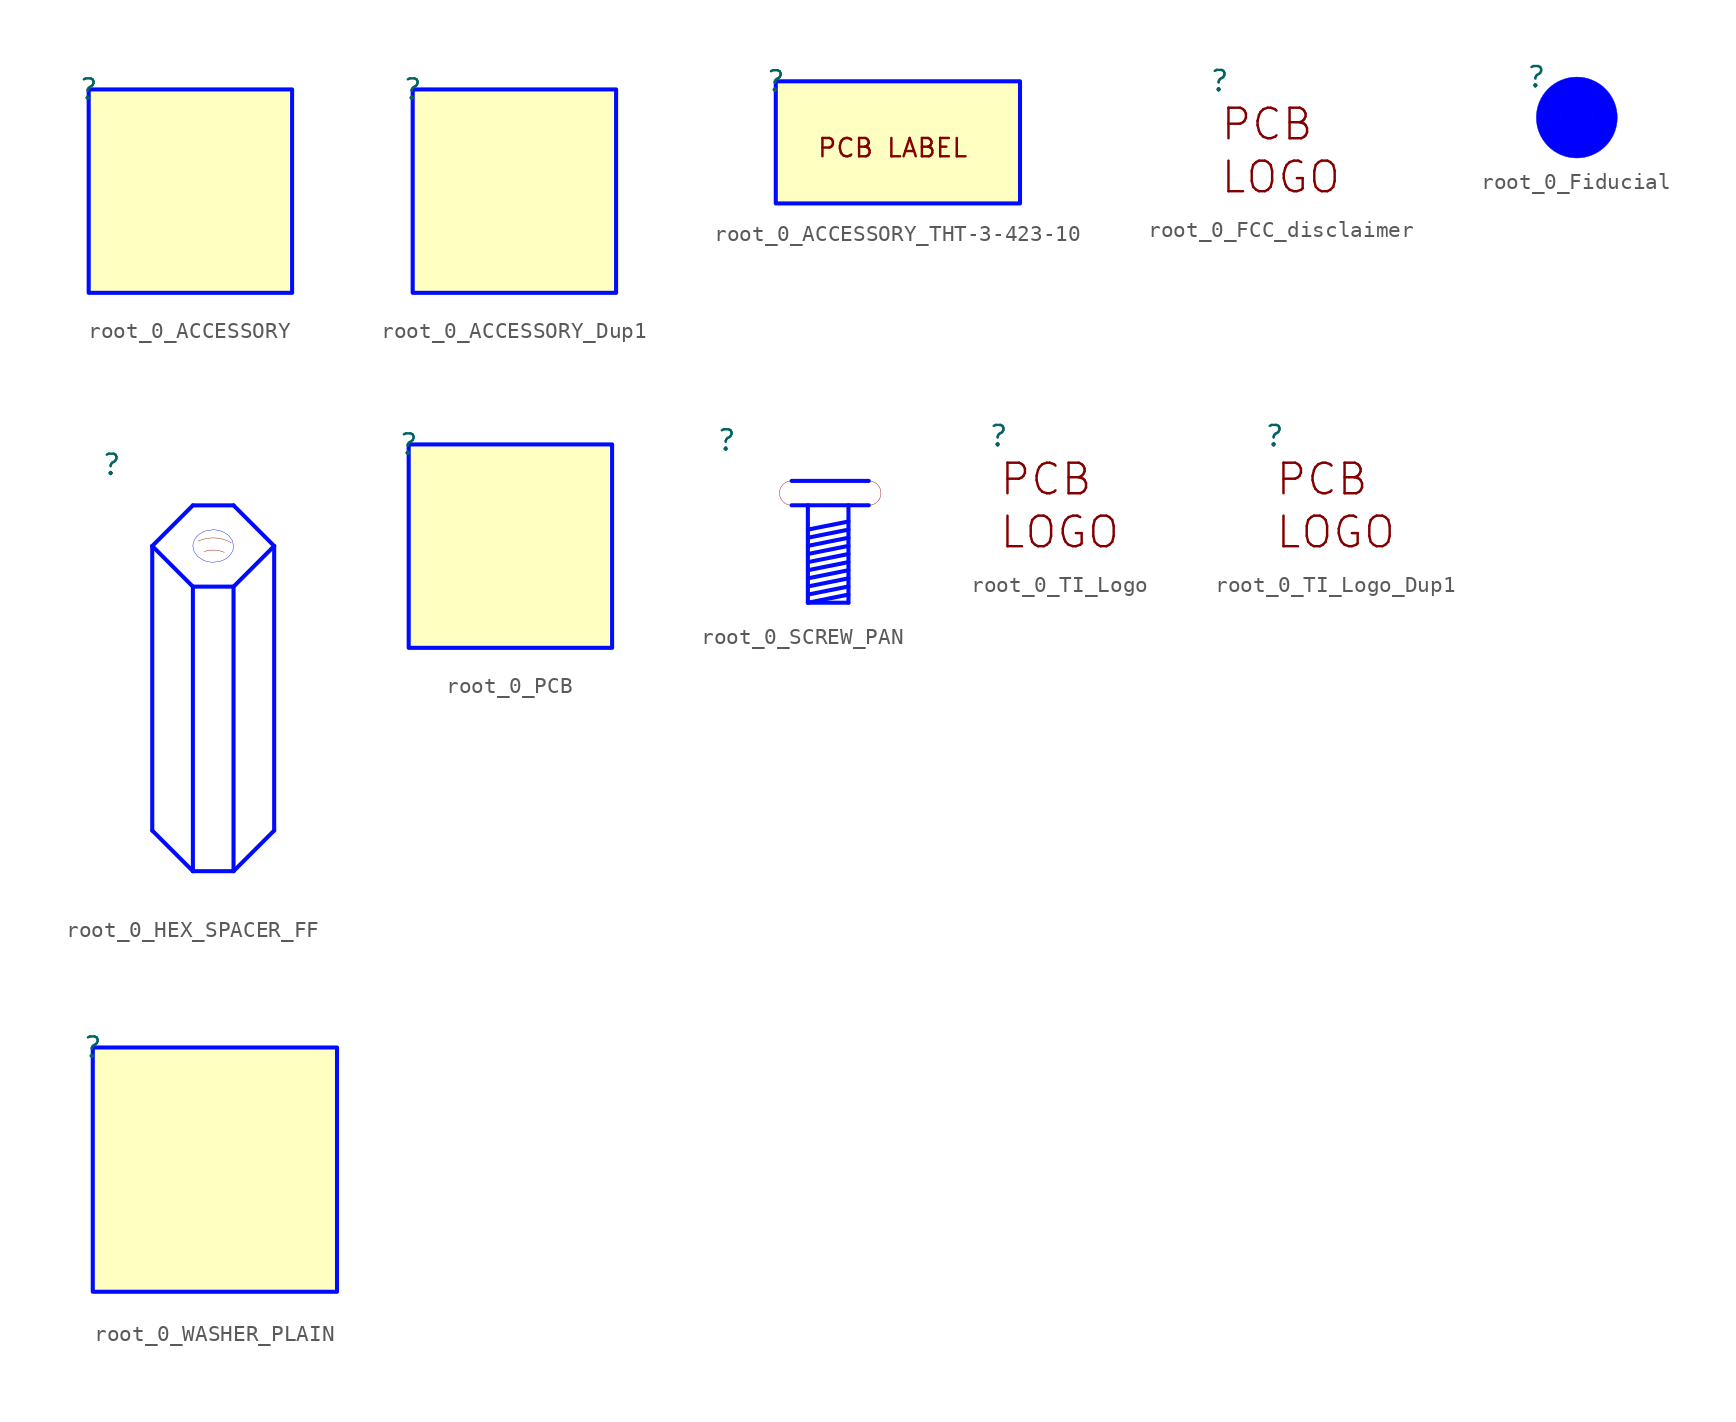
<source format=kicad_sym>
(kicad_symbol_lib
  (version 20231120)
  (generator "kicad_symbol_editor")
  (generator_version "8.0")
  (symbol "root_0_ACCESSORY"
    (property "Reference" ""
      (at 0 0 0)
      (effects (font (size 1.27 1.27))))
    (property "Value" ""
      (at 0 0 0)
      (effects (font (size 1.27 1.27))))
    (symbol "root_0_ACCESSORY_1_0"
      (rectangle (start 12.7 0) (end 0 -12.7) (stroke (width 0.254) (type solid) (color 0 11 255 1)) (fill (type background)))))
  (symbol "root_0_ACCESSORY_Dup1"
    (property "Reference" ""
      (at 0 0 0)
      (effects (font (size 1.27 1.27))))
    (property "Value" ""
      (at 0 0 0)
      (effects (font (size 1.27 1.27))))
    (symbol "root_0_ACCESSORY_Dup1_1_0"
      (rectangle (start 12.7 0) (end 0 -12.7) (stroke (width 0.254) (type solid) (color 0 11 255 1)) (fill (type background)))))
  (symbol "root_0_ACCESSORY_THT-3-423-10"
    (property "Reference" ""
      (at 0 0 0)
      (effects (font (size 1.27 1.27))))
    (property "Value" ""
      (at 0 0 0)
      (effects (font (size 1.27 1.27))))
    (symbol "root_0_ACCESSORY_THT-3-423-10_1_0"
      (rectangle (start 15.24 0) (end 0 -7.62) (stroke (width 0.254) (type solid) (color 0 11 255 1)) (fill (type background)))
      (text "PCB LABEL" (at 2.54 -4.826 0) (effects (font (size 1.143 1.143)) (justify left bottom)))))
  (symbol "root_0_FCC_disclaimer"
    (property "Reference" ""
      (at 0 0 0)
      (effects (font (size 1.27 1.27))))
    (property "Value" ""
      (at 0 0 0)
      (effects (font (size 1.27 1.27))))
    (symbol "root_0_FCC_disclaimer_1_0"
      (text "LOGO" (at 0 -7.112 0) (effects (font (size 1.905 1.905)) (justify left bottom)))
      (text "PCB" (at 0 -3.81 0) (effects (font (size 1.905 1.905)) (justify left bottom)))))
  (symbol "root_0_Fiducial"
    (property "Reference" ""
      (at 0 0 0)
      (effects (font (size 1.27 1.27))))
    (property "Value" ""
      (at 0 0 0)
      (effects (font (size 1.27 1.27))))
    (symbol "root_0_Fiducial_1_0"
      (circle (center 2.54 -2.54) (radius 1.016) (stroke (width 0.025) (type solid) (color 0 11 255 1)) (fill (type color) (color 0 0 255 1)))
      (circle (center 2.54 -2.54) (radius 2.54) (stroke (width 0.025) (type solid) (color 0 11 255 1)) (fill (type color) (color 0 0 255 1)))))
  (symbol "root_0_HEX_SPACER_FF"
    (property "Reference" ""
      (at 0 0 0)
      (effects (font (size 1.27 1.27))))
    (property "Value" ""
      (at 0 0 0)
      (effects (font (size 1.27 1.27))))
    (symbol "root_0_HEX_SPACER_FF_1_0"
      (polyline (pts (xy 2.54 -22.86) (xy 2.54 -5.08)) (stroke (width 0.254) (type solid) (color 0 11 255 1)) (fill (type none)))
      (polyline (pts (xy 5.08 -25.4) (xy 2.54 -22.86)) (stroke (width 0.254) (type solid) (color 0 11 255 1)) (fill (type none)))
      (polyline (pts (xy 5.08 -25.4) (xy 5.08 -7.62)) (stroke (width 0.254) (type solid) (color 0 11 255 1)) (fill (type none)))
      (polyline (pts (xy 5.08 -25.4) (xy 7.62 -25.4)) (stroke (width 0.254) (type solid) (color 0 11 255 1)) (fill (type none)))
      (polyline (pts (xy 5.08 -7.62) (xy 2.54 -5.08)) (stroke (width 0.254) (type solid) (color 0 11 255 1)) (fill (type none)))
      (polyline (pts (xy 5.08 -7.62) (xy 7.62 -7.62)) (stroke (width 0.254) (type solid) (color 0 11 255 1)) (fill (type none)))
      (polyline (pts (xy 5.08 -2.54) (xy 2.54 -5.08)) (stroke (width 0.254) (type solid) (color 0 11 255 1)) (fill (type none)))
      (polyline (pts (xy 5.08 -2.54) (xy 7.62 -2.54)) (stroke (width 0.254) (type solid) (color 0 11 255 1)) (fill (type none)))
      (polyline (pts (xy 7.62 -25.4) (xy 7.62 -7.62)) (stroke (width 0.254) (type solid) (color 0 11 255 1)) (fill (type none)))
      (polyline (pts (xy 7.62 -25.4) (xy 10.16 -22.86)) (stroke (width 0.254) (type solid) (color 0 11 255 1)) (fill (type none)))
      (polyline (pts (xy 7.62 -7.62) (xy 10.16 -5.08)) (stroke (width 0.254) (type solid) (color 0 11 255 1)) (fill (type none)))
      (polyline (pts (xy 7.62 -2.54) (xy 10.16 -5.08)) (stroke (width 0.254) (type solid) (color 0 11 255 1)) (fill (type none)))
      (polyline (pts (xy 10.16 -22.86) (xy 10.16 -5.08)) (stroke (width 0.254) (type solid) (color 0 11 255 1)) (fill (type none)))
      (bezier (pts (xy 5.08 -5.08) (xy 5.08 -5.641) (xy 5.649 -6.096) (xy 6.35 -6.096)) (stroke (width 0.025) (type solid) (color 0 11 255 1)) (fill (type none)))
      (bezier (pts (xy 6.35 -6.096) (xy 7.051 -6.096) (xy 7.62 -5.641) (xy 7.62 -5.08)) (stroke (width 0.025) (type solid) (color 0 11 255 1)) (fill (type none)))
      (bezier (pts (xy 6.35 -4.064) (xy 5.649 -4.064) (xy 5.08 -4.519) (xy 5.08 -5.08)) (stroke (width 0.025) (type solid) (color 0 11 255 1)) (fill (type none)))
      (arc (start 7.0504 -5.4778) (mid 6.4239 -5.3356) (end 5.7878 -5.4253) (stroke (width 0.0254) (type solid)) (fill (type none)))
      (arc (start 7.4842 -4.8732) (mid 6.4653 -4.5749) (end 5.4216 -4.769) (stroke (width 0.0254) (type solid)) (fill (type none)))
      (bezier (pts (xy 7.62 -5.08) (xy 7.62 -4.519) (xy 7.051 -4.064) (xy 6.35 -4.064)) (stroke (width 0.025) (type solid) (color 0 11 255 1)) (fill (type none)))))
  (symbol "root_0_PCB"
    (property "Reference" ""
      (at 0 0 0)
      (effects (font (size 1.27 1.27))))
    (property "Value" ""
      (at 0 0 0)
      (effects (font (size 1.27 1.27))))
    (symbol "root_0_PCB_1_0"
      (rectangle (start 12.7 0) (end 0 -12.7) (stroke (width 0.254) (type solid) (color 0 11 255 1)) (fill (type background)))))
  (symbol "root_0_SCREW_PAN"
    (property "Reference" ""
      (at 0 0 0)
      (effects (font (size 1.27 1.27))))
    (property "Value" ""
      (at 0 0 0)
      (effects (font (size 1.27 1.27))))
    (symbol "root_0_SCREW_PAN_1_0"
      (polyline (pts (xy 4.064 -4.064) (xy 8.89 -4.064)) (stroke (width 0.254) (type solid) (color 0 11 255 1)) (fill (type none)))
      (polyline (pts (xy 4.064 -2.54) (xy 8.89 -2.54)) (stroke (width 0.254) (type solid) (color 0 11 255 1)) (fill (type none)))
      (polyline (pts (xy 5.08 -10.16) (xy 7.62 -10.16)) (stroke (width 0.254) (type solid) (color 0 11 255 1)) (fill (type none)))
      (polyline (pts (xy 5.08 -10.16) (xy 7.62 -9.652)) (stroke (width 0.254) (type solid) (color 0 11 255 1)) (fill (type none)))
      (polyline (pts (xy 5.08 -9.652) (xy 7.62 -9.144)) (stroke (width 0.254) (type solid) (color 0 11 255 1)) (fill (type none)))
      (polyline (pts (xy 5.08 -9.144) (xy 7.62 -8.636)) (stroke (width 0.254) (type solid) (color 0 11 255 1)) (fill (type none)))
      (polyline (pts (xy 5.08 -8.636) (xy 7.62 -8.128)) (stroke (width 0.254) (type solid) (color 0 11 255 1)) (fill (type none)))
      (polyline (pts (xy 5.08 -8.128) (xy 7.62 -7.62)) (stroke (width 0.254) (type solid) (color 0 11 255 1)) (fill (type none)))
      (polyline (pts (xy 5.08 -7.62) (xy 7.62 -7.112)) (stroke (width 0.254) (type solid) (color 0 11 255 1)) (fill (type none)))
      (polyline (pts (xy 5.08 -7.112) (xy 7.62 -6.604)) (stroke (width 0.254) (type solid) (color 0 11 255 1)) (fill (type none)))
      (polyline (pts (xy 5.08 -6.604) (xy 7.62 -6.096)) (stroke (width 0.254) (type solid) (color 0 11 255 1)) (fill (type none)))
      (polyline (pts (xy 5.08 -6.096) (xy 7.62 -5.588)) (stroke (width 0.254) (type solid) (color 0 11 255 1)) (fill (type none)))
      (polyline (pts (xy 5.08 -5.588) (xy 7.62 -5.08)) (stroke (width 0.254) (type solid) (color 0 11 255 1)) (fill (type none)))
      (polyline (pts (xy 5.08 -4.064) (xy 5.08 -10.16)) (stroke (width 0.254) (type solid) (color 0 11 255 1)) (fill (type none)))
      (polyline (pts (xy 7.62 -4.064) (xy 7.62 -10.16)) (stroke (width 0.254) (type solid) (color 0 11 255 1)) (fill (type none)))
      (arc (start 4.064 -2.54) (mid 3.302 -3.302) (end 4.064 -4.064) (stroke (width 0.0254) (type solid)) (fill (type none)))
      (arc (start 8.89 -4.064) (mid 9.652 -3.302) (end 8.89 -2.54) (stroke (width 0.0254) (type solid)) (fill (type none)))))
  (symbol "root_0_TI_Logo"
    (property "Reference" ""
      (at 0 0 0)
      (effects (font (size 1.27 1.27))))
    (property "Value" ""
      (at 0 0 0)
      (effects (font (size 1.27 1.27))))
    (symbol "root_0_TI_Logo_1_0"
      (text "LOGO" (at 0 -7.112 0) (effects (font (size 1.905 1.905)) (justify left bottom)))
      (text "PCB" (at 0 -3.81 0) (effects (font (size 1.905 1.905)) (justify left bottom)))))
  (symbol "root_0_TI_Logo_Dup1"
    (property "Reference" ""
      (at 0 0 0)
      (effects (font (size 1.27 1.27))))
    (property "Value" ""
      (at 0 0 0)
      (effects (font (size 1.27 1.27))))
    (symbol "root_0_TI_Logo_Dup1_1_0"
      (text "LOGO" (at 0 -7.112 0) (effects (font (size 1.905 1.905)) (justify left bottom)))
      (text "PCB" (at 0 -3.81 0) (effects (font (size 1.905 1.905)) (justify left bottom)))))
  (symbol "root_0_WASHER_PLAIN"
    (property "Reference" ""
      (at 0 0 0)
      (effects (font (size 1.27 1.27))))
    (property "Value" ""
      (at 0 0 0)
      (effects (font (size 1.27 1.27))))
    (symbol "root_0_WASHER_PLAIN_1_0"
      (rectangle (start 15.24 0) (end 0 -15.24) (stroke (width 0.254) (type solid) (color 0 11 255 1)) (fill (type background))))))
</source>
